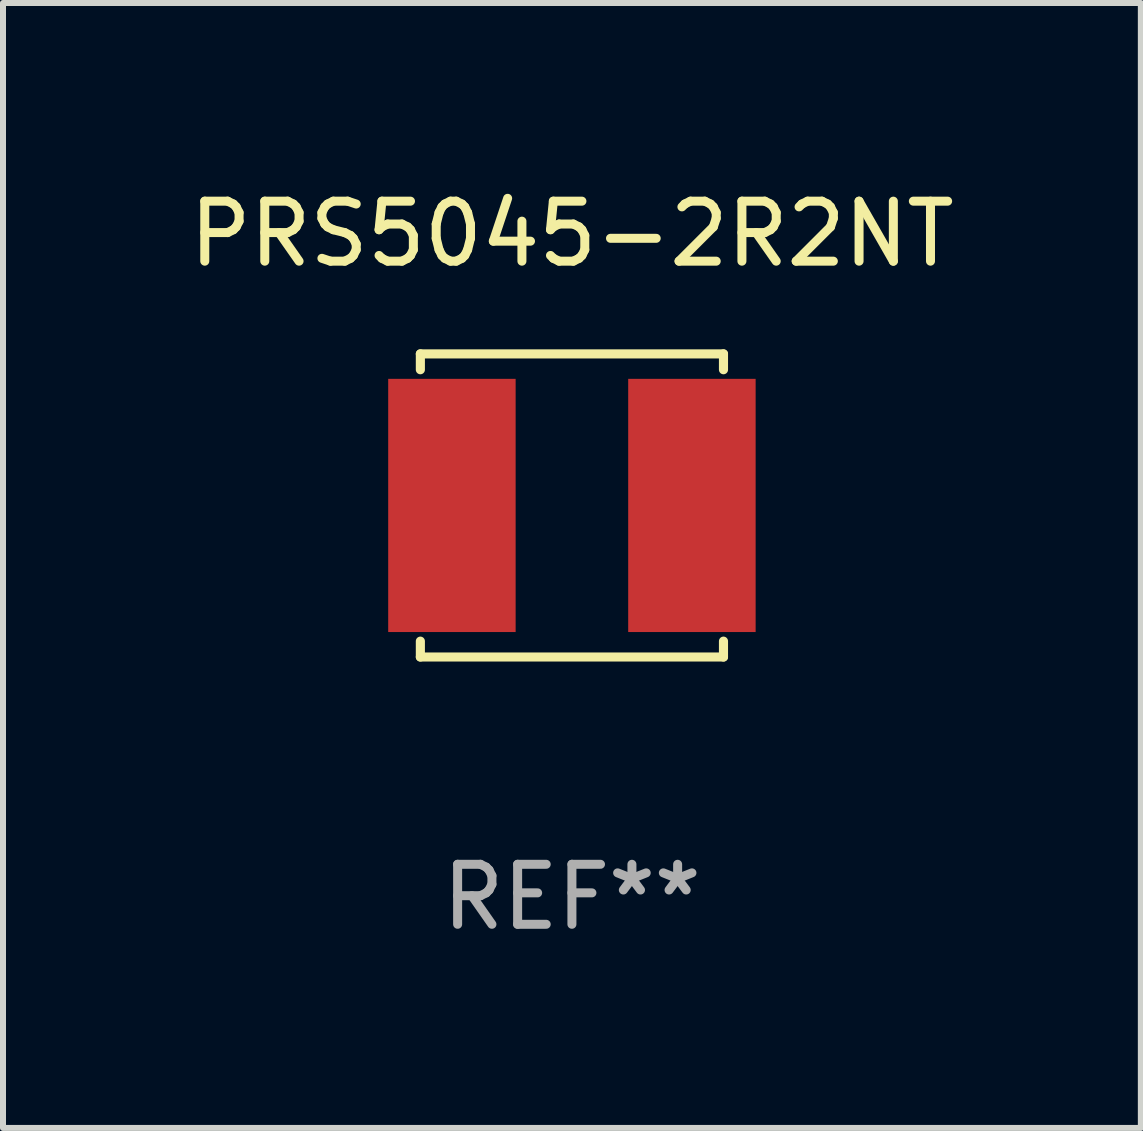
<source format=kicad_pcb>
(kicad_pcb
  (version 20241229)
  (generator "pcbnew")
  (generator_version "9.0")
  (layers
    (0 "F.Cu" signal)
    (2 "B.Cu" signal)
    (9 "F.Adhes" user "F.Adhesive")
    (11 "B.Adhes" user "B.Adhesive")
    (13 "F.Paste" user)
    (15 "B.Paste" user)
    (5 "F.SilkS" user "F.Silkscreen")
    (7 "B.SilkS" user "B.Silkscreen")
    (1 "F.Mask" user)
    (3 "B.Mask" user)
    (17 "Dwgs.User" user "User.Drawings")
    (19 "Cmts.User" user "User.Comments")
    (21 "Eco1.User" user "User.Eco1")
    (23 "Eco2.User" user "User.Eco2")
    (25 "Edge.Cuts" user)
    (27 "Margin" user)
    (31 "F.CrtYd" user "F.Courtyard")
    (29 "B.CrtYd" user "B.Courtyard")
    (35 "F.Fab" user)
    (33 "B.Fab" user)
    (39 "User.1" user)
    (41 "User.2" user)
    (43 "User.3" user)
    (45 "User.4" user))
  (footprint "PRS5045-2R2NT"
    (layer "F.Cu")
    (at 6.482 5.374)
    (property "Reference" "PRS5045-2R2NT" (at 0 -4.526 0) (layer "F.SilkS") (effects (font (size 1 1) (thickness 0.15))))
    (attr through_hole)
    (fp_line (start -2.526 -2.526) (end 2.526 -2.526) (stroke (width 0.152) (type solid)) (layer "F.SilkS"))
    (fp_line (start -2.526 -2.262) (end -2.526 -2.526) (stroke (width 0.152) (type solid)) (layer "F.SilkS"))
    (fp_line (start -2.526 2.262) (end -2.526 2.526) (stroke (width 0.152) (type solid)) (layer "F.SilkS"))
    (fp_line (start -2.526 2.526) (end 2.526 2.526) (stroke (width 0.152) (type solid)) (layer "F.SilkS"))
    (fp_line (start 2.526 -2.526) (end 2.526 -2.262) (stroke (width 0.152) (type solid)) (layer "F.SilkS"))
    (fp_line (start 2.526 2.526) (end 2.526 2.262) (stroke (width 0.152) (type solid)) (layer "F.SilkS"))
    (fp_circle (center 2.5 -2.5) (end 2.53 -2.5) (stroke (width 0.06) (type solid)) (fill no) (layer "F.SilkS"))
    (fp_text user "REF**" (at 0 6.526 0) (layer "F.Fab") (effects (font (size 1 1) (thickness 0.15))))
    (pad "1" smd rect (at 2 0) (size 2.124 4.22) (layers "F.Cu" "F.Mask" "F.Paste"))
    (pad "2" smd rect (at -2 0) (size 2.124 4.22) (layers "F.Cu" "F.Mask" "F.Paste")))
  (gr_rect
    (start -3 -3)
    (end 15.964 15.749)
    (stroke (width 0.1) (type default))
    (fill no)
    (layer "Edge.Cuts")))
</source>
